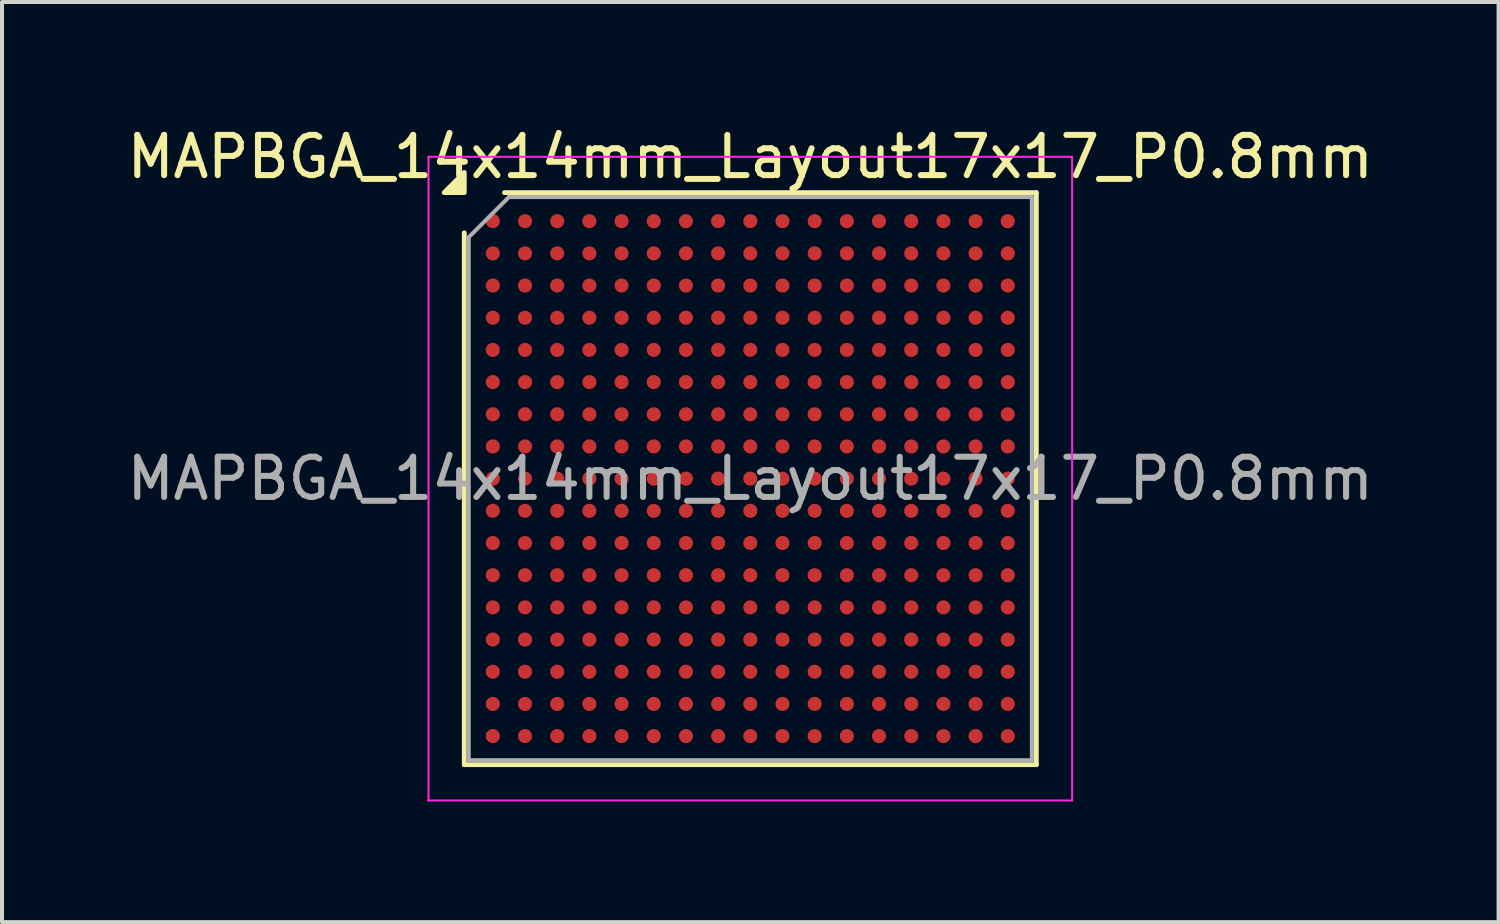
<source format=kicad_pcb>
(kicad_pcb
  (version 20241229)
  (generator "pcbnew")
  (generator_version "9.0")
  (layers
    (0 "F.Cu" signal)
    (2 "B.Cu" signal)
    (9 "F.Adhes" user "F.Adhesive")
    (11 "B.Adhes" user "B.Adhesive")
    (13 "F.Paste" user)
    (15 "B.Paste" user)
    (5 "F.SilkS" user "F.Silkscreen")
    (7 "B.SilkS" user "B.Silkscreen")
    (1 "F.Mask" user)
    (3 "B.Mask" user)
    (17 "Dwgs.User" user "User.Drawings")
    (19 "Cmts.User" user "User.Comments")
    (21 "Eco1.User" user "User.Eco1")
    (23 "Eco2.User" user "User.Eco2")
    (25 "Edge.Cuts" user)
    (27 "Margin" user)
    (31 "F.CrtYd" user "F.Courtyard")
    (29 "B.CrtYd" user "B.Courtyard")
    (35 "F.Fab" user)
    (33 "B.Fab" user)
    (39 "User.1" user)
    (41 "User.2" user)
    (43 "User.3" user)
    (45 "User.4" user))
  (footprint "MAPBGA_14x14mm_Layout17x17_P0.8mm"
    (layer "F.Cu")
    (at 15.601 8.848)
    (property "Reference" "MAPBGA_14x14mm_Layout17x17_P0.8mm" (at 0 -8 0) (layer "F.SilkS") (effects (font (size 1 1) (thickness 0.15))))
    (attr smd)
    (fp_line (start -7.11 7.11) (end -7.11 -6.11) (stroke (width 0.12) (type solid)) (layer "F.SilkS"))
    (fp_line (start -6.11 -7.11) (end 7.11 -7.11) (stroke (width 0.12) (type solid)) (layer "F.SilkS"))
    (fp_line (start 7.11 -7.11) (end 7.11 7.11) (stroke (width 0.12) (type solid)) (layer "F.SilkS"))
    (fp_line (start 7.11 7.11) (end -7.11 7.11) (stroke (width 0.12) (type solid)) (layer "F.SilkS"))
    (fp_poly (pts (xy -7.11 -7.11) (xy -7.61 -7.11) (xy -7.11 -7.61) (xy -7.11 -7.11)) (stroke (width 0.12) (type solid)) (fill yes) (layer "F.SilkS"))
    (fp_line (start -8 -8) (end -8 8) (stroke (width 0.05) (type solid)) (layer "F.CrtYd"))
    (fp_line (start -8 8) (end 8 8) (stroke (width 0.05) (type solid)) (layer "F.CrtYd"))
    (fp_line (start 8 -8) (end -8 -8) (stroke (width 0.05) (type solid)) (layer "F.CrtYd"))
    (fp_line (start 8 8) (end 8 -8) (stroke (width 0.05) (type solid)) (layer "F.CrtYd"))
    (fp_line (start -7 -6) (end -6 -7) (stroke (width 0.1) (type solid)) (layer "F.Fab"))
    (fp_line (start -7 7) (end -7 -6) (stroke (width 0.1) (type solid)) (layer "F.Fab"))
    (fp_line (start -6 -7) (end 7 -7) (stroke (width 0.1) (type solid)) (layer "F.Fab"))
    (fp_line (start 7 -7) (end 7 7) (stroke (width 0.1) (type solid)) (layer "F.Fab"))
    (fp_line (start 7 7) (end -7 7) (stroke (width 0.1) (type solid)) (layer "F.Fab"))
    (fp_text user "${REFERENCE}" (at 0 0 0) (layer "F.Fab") (effects (font (size 1 1) (thickness 0.15))))
    (pad "A1" smd circle (at -6.4 -6.4) (size 0.35 0.35) (property pad_prop_bga) (layers "F.Cu" "F.Mask" "F.Paste"))
    (pad "A2" smd circle (at -5.6 -6.4) (size 0.35 0.35) (property pad_prop_bga) (layers "F.Cu" "F.Mask" "F.Paste"))
    (pad "A3" smd circle (at -4.8 -6.4) (size 0.35 0.35) (property pad_prop_bga) (layers "F.Cu" "F.Mask" "F.Paste"))
    (pad "A4" smd circle (at -4 -6.4) (size 0.35 0.35) (property pad_prop_bga) (layers "F.Cu" "F.Mask" "F.Paste"))
    (pad "A5" smd circle (at -3.2 -6.4) (size 0.35 0.35) (property pad_prop_bga) (layers "F.Cu" "F.Mask" "F.Paste"))
    (pad "A6" smd circle (at -2.4 -6.4) (size 0.35 0.35) (property pad_prop_bga) (layers "F.Cu" "F.Mask" "F.Paste"))
    (pad "A7" smd circle (at -1.6 -6.4) (size 0.35 0.35) (property pad_prop_bga) (layers "F.Cu" "F.Mask" "F.Paste"))
    (pad "A8" smd circle (at -0.8 -6.4) (size 0.35 0.35) (property pad_prop_bga) (layers "F.Cu" "F.Mask" "F.Paste"))
    (pad "A9" smd circle (at 0 -6.4) (size 0.35 0.35) (property pad_prop_bga) (layers "F.Cu" "F.Mask" "F.Paste"))
    (pad "A10" smd circle (at 0.8 -6.4) (size 0.35 0.35) (property pad_prop_bga) (layers "F.Cu" "F.Mask" "F.Paste"))
    (pad "A11" smd circle (at 1.6 -6.4) (size 0.35 0.35) (property pad_prop_bga) (layers "F.Cu" "F.Mask" "F.Paste"))
    (pad "A12" smd circle (at 2.4 -6.4) (size 0.35 0.35) (property pad_prop_bga) (layers "F.Cu" "F.Mask" "F.Paste"))
    (pad "A13" smd circle (at 3.2 -6.4) (size 0.35 0.35) (property pad_prop_bga) (layers "F.Cu" "F.Mask" "F.Paste"))
    (pad "A14" smd circle (at 4 -6.4) (size 0.35 0.35) (property pad_prop_bga) (layers "F.Cu" "F.Mask" "F.Paste"))
    (pad "A15" smd circle (at 4.8 -6.4) (size 0.35 0.35) (property pad_prop_bga) (layers "F.Cu" "F.Mask" "F.Paste"))
    (pad "A16" smd circle (at 5.6 -6.4) (size 0.35 0.35) (property pad_prop_bga) (layers "F.Cu" "F.Mask" "F.Paste"))
    (pad "A17" smd circle (at 6.4 -6.4) (size 0.35 0.35) (property pad_prop_bga) (layers "F.Cu" "F.Mask" "F.Paste"))
    (pad "B1" smd circle (at -6.4 -5.6) (size 0.35 0.35) (property pad_prop_bga) (layers "F.Cu" "F.Mask" "F.Paste"))
    (pad "B2" smd circle (at -5.6 -5.6) (size 0.35 0.35) (property pad_prop_bga) (layers "F.Cu" "F.Mask" "F.Paste"))
    (pad "B3" smd circle (at -4.8 -5.6) (size 0.35 0.35) (property pad_prop_bga) (layers "F.Cu" "F.Mask" "F.Paste"))
    (pad "B4" smd circle (at -4 -5.6) (size 0.35 0.35) (property pad_prop_bga) (layers "F.Cu" "F.Mask" "F.Paste"))
    (pad "B5" smd circle (at -3.2 -5.6) (size 0.35 0.35) (property pad_prop_bga) (layers "F.Cu" "F.Mask" "F.Paste"))
    (pad "B6" smd circle (at -2.4 -5.6) (size 0.35 0.35) (property pad_prop_bga) (layers "F.Cu" "F.Mask" "F.Paste"))
    (pad "B7" smd circle (at -1.6 -5.6) (size 0.35 0.35) (property pad_prop_bga) (layers "F.Cu" "F.Mask" "F.Paste"))
    (pad "B8" smd circle (at -0.8 -5.6) (size 0.35 0.35) (property pad_prop_bga) (layers "F.Cu" "F.Mask" "F.Paste"))
    (pad "B9" smd circle (at 0 -5.6) (size 0.35 0.35) (property pad_prop_bga) (layers "F.Cu" "F.Mask" "F.Paste"))
    (pad "B10" smd circle (at 0.8 -5.6) (size 0.35 0.35) (property pad_prop_bga) (layers "F.Cu" "F.Mask" "F.Paste"))
    (pad "B11" smd circle (at 1.6 -5.6) (size 0.35 0.35) (property pad_prop_bga) (layers "F.Cu" "F.Mask" "F.Paste"))
    (pad "B12" smd circle (at 2.4 -5.6) (size 0.35 0.35) (property pad_prop_bga) (layers "F.Cu" "F.Mask" "F.Paste"))
    (pad "B13" smd circle (at 3.2 -5.6) (size 0.35 0.35) (property pad_prop_bga) (layers "F.Cu" "F.Mask" "F.Paste"))
    (pad "B14" smd circle (at 4 -5.6) (size 0.35 0.35) (property pad_prop_bga) (layers "F.Cu" "F.Mask" "F.Paste"))
    (pad "B15" smd circle (at 4.8 -5.6) (size 0.35 0.35) (property pad_prop_bga) (layers "F.Cu" "F.Mask" "F.Paste"))
    (pad "B16" smd circle (at 5.6 -5.6) (size 0.35 0.35) (property pad_prop_bga) (layers "F.Cu" "F.Mask" "F.Paste"))
    (pad "B17" smd circle (at 6.4 -5.6) (size 0.35 0.35) (property pad_prop_bga) (layers "F.Cu" "F.Mask" "F.Paste"))
    (pad "C1" smd circle (at -6.4 -4.8) (size 0.35 0.35) (property pad_prop_bga) (layers "F.Cu" "F.Mask" "F.Paste"))
    (pad "C2" smd circle (at -5.6 -4.8) (size 0.35 0.35) (property pad_prop_bga) (layers "F.Cu" "F.Mask" "F.Paste"))
    (pad "C3" smd circle (at -4.8 -4.8) (size 0.35 0.35) (property pad_prop_bga) (layers "F.Cu" "F.Mask" "F.Paste"))
    (pad "C4" smd circle (at -4 -4.8) (size 0.35 0.35) (property pad_prop_bga) (layers "F.Cu" "F.Mask" "F.Paste"))
    (pad "C5" smd circle (at -3.2 -4.8) (size 0.35 0.35) (property pad_prop_bga) (layers "F.Cu" "F.Mask" "F.Paste"))
    (pad "C6" smd circle (at -2.4 -4.8) (size 0.35 0.35) (property pad_prop_bga) (layers "F.Cu" "F.Mask" "F.Paste"))
    (pad "C7" smd circle (at -1.6 -4.8) (size 0.35 0.35) (property pad_prop_bga) (layers "F.Cu" "F.Mask" "F.Paste"))
    (pad "C8" smd circle (at -0.8 -4.8) (size 0.35 0.35) (property pad_prop_bga) (layers "F.Cu" "F.Mask" "F.Paste"))
    (pad "C9" smd circle (at 0 -4.8) (size 0.35 0.35) (property pad_prop_bga) (layers "F.Cu" "F.Mask" "F.Paste"))
    (pad "C10" smd circle (at 0.8 -4.8) (size 0.35 0.35) (property pad_prop_bga) (layers "F.Cu" "F.Mask" "F.Paste"))
    (pad "C11" smd circle (at 1.6 -4.8) (size 0.35 0.35) (property pad_prop_bga) (layers "F.Cu" "F.Mask" "F.Paste"))
    (pad "C12" smd circle (at 2.4 -4.8) (size 0.35 0.35) (property pad_prop_bga) (layers "F.Cu" "F.Mask" "F.Paste"))
    (pad "C13" smd circle (at 3.2 -4.8) (size 0.35 0.35) (property pad_prop_bga) (layers "F.Cu" "F.Mask" "F.Paste"))
    (pad "C14" smd circle (at 4 -4.8) (size 0.35 0.35) (property pad_prop_bga) (layers "F.Cu" "F.Mask" "F.Paste"))
    (pad "C15" smd circle (at 4.8 -4.8) (size 0.35 0.35) (property pad_prop_bga) (layers "F.Cu" "F.Mask" "F.Paste"))
    (pad "C16" smd circle (at 5.6 -4.8) (size 0.35 0.35) (property pad_prop_bga) (layers "F.Cu" "F.Mask" "F.Paste"))
    (pad "C17" smd circle (at 6.4 -4.8) (size 0.35 0.35) (property pad_prop_bga) (layers "F.Cu" "F.Mask" "F.Paste"))
    (pad "D1" smd circle (at -6.4 -4) (size 0.35 0.35) (property pad_prop_bga) (layers "F.Cu" "F.Mask" "F.Paste"))
    (pad "D2" smd circle (at -5.6 -4) (size 0.35 0.35) (property pad_prop_bga) (layers "F.Cu" "F.Mask" "F.Paste"))
    (pad "D3" smd circle (at -4.8 -4) (size 0.35 0.35) (property pad_prop_bga) (layers "F.Cu" "F.Mask" "F.Paste"))
    (pad "D4" smd circle (at -4 -4) (size 0.35 0.35) (property pad_prop_bga) (layers "F.Cu" "F.Mask" "F.Paste"))
    (pad "D5" smd circle (at -3.2 -4) (size 0.35 0.35) (property pad_prop_bga) (layers "F.Cu" "F.Mask" "F.Paste"))
    (pad "D6" smd circle (at -2.4 -4) (size 0.35 0.35) (property pad_prop_bga) (layers "F.Cu" "F.Mask" "F.Paste"))
    (pad "D7" smd circle (at -1.6 -4) (size 0.35 0.35) (property pad_prop_bga) (layers "F.Cu" "F.Mask" "F.Paste"))
    (pad "D8" smd circle (at -0.8 -4) (size 0.35 0.35) (property pad_prop_bga) (layers "F.Cu" "F.Mask" "F.Paste"))
    (pad "D9" smd circle (at 0 -4) (size 0.35 0.35) (property pad_prop_bga) (layers "F.Cu" "F.Mask" "F.Paste"))
    (pad "D10" smd circle (at 0.8 -4) (size 0.35 0.35) (property pad_prop_bga) (layers "F.Cu" "F.Mask" "F.Paste"))
    (pad "D11" smd circle (at 1.6 -4) (size 0.35 0.35) (property pad_prop_bga) (layers "F.Cu" "F.Mask" "F.Paste"))
    (pad "D12" smd circle (at 2.4 -4) (size 0.35 0.35) (property pad_prop_bga) (layers "F.Cu" "F.Mask" "F.Paste"))
    (pad "D13" smd circle (at 3.2 -4) (size 0.35 0.35) (property pad_prop_bga) (layers "F.Cu" "F.Mask" "F.Paste"))
    (pad "D14" smd circle (at 4 -4) (size 0.35 0.35) (property pad_prop_bga) (layers "F.Cu" "F.Mask" "F.Paste"))
    (pad "D15" smd circle (at 4.8 -4) (size 0.35 0.35) (property pad_prop_bga) (layers "F.Cu" "F.Mask" "F.Paste"))
    (pad "D16" smd circle (at 5.6 -4) (size 0.35 0.35) (property pad_prop_bga) (layers "F.Cu" "F.Mask" "F.Paste"))
    (pad "D17" smd circle (at 6.4 -4) (size 0.35 0.35) (property pad_prop_bga) (layers "F.Cu" "F.Mask" "F.Paste"))
    (pad "E1" smd circle (at -6.4 -3.2) (size 0.35 0.35) (property pad_prop_bga) (layers "F.Cu" "F.Mask" "F.Paste"))
    (pad "E2" smd circle (at -5.6 -3.2) (size 0.35 0.35) (property pad_prop_bga) (layers "F.Cu" "F.Mask" "F.Paste"))
    (pad "E3" smd circle (at -4.8 -3.2) (size 0.35 0.35) (property pad_prop_bga) (layers "F.Cu" "F.Mask" "F.Paste"))
    (pad "E4" smd circle (at -4 -3.2) (size 0.35 0.35) (property pad_prop_bga) (layers "F.Cu" "F.Mask" "F.Paste"))
    (pad "E5" smd circle (at -3.2 -3.2) (size 0.35 0.35) (property pad_prop_bga) (layers "F.Cu" "F.Mask" "F.Paste"))
    (pad "E6" smd circle (at -2.4 -3.2) (size 0.35 0.35) (property pad_prop_bga) (layers "F.Cu" "F.Mask" "F.Paste"))
    (pad "E7" smd circle (at -1.6 -3.2) (size 0.35 0.35) (property pad_prop_bga) (layers "F.Cu" "F.Mask" "F.Paste"))
    (pad "E8" smd circle (at -0.8 -3.2) (size 0.35 0.35) (property pad_prop_bga) (layers "F.Cu" "F.Mask" "F.Paste"))
    (pad "E9" smd circle (at 0 -3.2) (size 0.35 0.35) (property pad_prop_bga) (layers "F.Cu" "F.Mask" "F.Paste"))
    (pad "E10" smd circle (at 0.8 -3.2) (size 0.35 0.35) (property pad_prop_bga) (layers "F.Cu" "F.Mask" "F.Paste"))
    (pad "E11" smd circle (at 1.6 -3.2) (size 0.35 0.35) (property pad_prop_bga) (layers "F.Cu" "F.Mask" "F.Paste"))
    (pad "E12" smd circle (at 2.4 -3.2) (size 0.35 0.35) (property pad_prop_bga) (layers "F.Cu" "F.Mask" "F.Paste"))
    (pad "E13" smd circle (at 3.2 -3.2) (size 0.35 0.35) (property pad_prop_bga) (layers "F.Cu" "F.Mask" "F.Paste"))
    (pad "E14" smd circle (at 4 -3.2) (size 0.35 0.35) (property pad_prop_bga) (layers "F.Cu" "F.Mask" "F.Paste"))
    (pad "E15" smd circle (at 4.8 -3.2) (size 0.35 0.35) (property pad_prop_bga) (layers "F.Cu" "F.Mask" "F.Paste"))
    (pad "E16" smd circle (at 5.6 -3.2) (size 0.35 0.35) (property pad_prop_bga) (layers "F.Cu" "F.Mask" "F.Paste"))
    (pad "E17" smd circle (at 6.4 -3.2) (size 0.35 0.35) (property pad_prop_bga) (layers "F.Cu" "F.Mask" "F.Paste"))
    (pad "F1" smd circle (at -6.4 -2.4) (size 0.35 0.35) (property pad_prop_bga) (layers "F.Cu" "F.Mask" "F.Paste"))
    (pad "F2" smd circle (at -5.6 -2.4) (size 0.35 0.35) (property pad_prop_bga) (layers "F.Cu" "F.Mask" "F.Paste"))
    (pad "F3" smd circle (at -4.8 -2.4) (size 0.35 0.35) (property pad_prop_bga) (layers "F.Cu" "F.Mask" "F.Paste"))
    (pad "F4" smd circle (at -4 -2.4) (size 0.35 0.35) (property pad_prop_bga) (layers "F.Cu" "F.Mask" "F.Paste"))
    (pad "F5" smd circle (at -3.2 -2.4) (size 0.35 0.35) (property pad_prop_bga) (layers "F.Cu" "F.Mask" "F.Paste"))
    (pad "F6" smd circle (at -2.4 -2.4) (size 0.35 0.35) (property pad_prop_bga) (layers "F.Cu" "F.Mask" "F.Paste"))
    (pad "F7" smd circle (at -1.6 -2.4) (size 0.35 0.35) (property pad_prop_bga) (layers "F.Cu" "F.Mask" "F.Paste"))
    (pad "F8" smd circle (at -0.8 -2.4) (size 0.35 0.35) (property pad_prop_bga) (layers "F.Cu" "F.Mask" "F.Paste"))
    (pad "F9" smd circle (at 0 -2.4) (size 0.35 0.35) (property pad_prop_bga) (layers "F.Cu" "F.Mask" "F.Paste"))
    (pad "F10" smd circle (at 0.8 -2.4) (size 0.35 0.35) (property pad_prop_bga) (layers "F.Cu" "F.Mask" "F.Paste"))
    (pad "F11" smd circle (at 1.6 -2.4) (size 0.35 0.35) (property pad_prop_bga) (layers "F.Cu" "F.Mask" "F.Paste"))
    (pad "F12" smd circle (at 2.4 -2.4) (size 0.35 0.35) (property pad_prop_bga) (layers "F.Cu" "F.Mask" "F.Paste"))
    (pad "F13" smd circle (at 3.2 -2.4) (size 0.35 0.35) (property pad_prop_bga) (layers "F.Cu" "F.Mask" "F.Paste"))
    (pad "F14" smd circle (at 4 -2.4) (size 0.35 0.35) (property pad_prop_bga) (layers "F.Cu" "F.Mask" "F.Paste"))
    (pad "F15" smd circle (at 4.8 -2.4) (size 0.35 0.35) (property pad_prop_bga) (layers "F.Cu" "F.Mask" "F.Paste"))
    (pad "F16" smd circle (at 5.6 -2.4) (size 0.35 0.35) (property pad_prop_bga) (layers "F.Cu" "F.Mask" "F.Paste"))
    (pad "F17" smd circle (at 6.4 -2.4) (size 0.35 0.35) (property pad_prop_bga) (layers "F.Cu" "F.Mask" "F.Paste"))
    (pad "G1" smd circle (at -6.4 -1.6) (size 0.35 0.35) (property pad_prop_bga) (layers "F.Cu" "F.Mask" "F.Paste"))
    (pad "G2" smd circle (at -5.6 -1.6) (size 0.35 0.35) (property pad_prop_bga) (layers "F.Cu" "F.Mask" "F.Paste"))
    (pad "G3" smd circle (at -4.8 -1.6) (size 0.35 0.35) (property pad_prop_bga) (layers "F.Cu" "F.Mask" "F.Paste"))
    (pad "G4" smd circle (at -4 -1.6) (size 0.35 0.35) (property pad_prop_bga) (layers "F.Cu" "F.Mask" "F.Paste"))
    (pad "G5" smd circle (at -3.2 -1.6) (size 0.35 0.35) (property pad_prop_bga) (layers "F.Cu" "F.Mask" "F.Paste"))
    (pad "G6" smd circle (at -2.4 -1.6) (size 0.35 0.35) (property pad_prop_bga) (layers "F.Cu" "F.Mask" "F.Paste"))
    (pad "G7" smd circle (at -1.6 -1.6) (size 0.35 0.35) (property pad_prop_bga) (layers "F.Cu" "F.Mask" "F.Paste"))
    (pad "G8" smd circle (at -0.8 -1.6) (size 0.35 0.35) (property pad_prop_bga) (layers "F.Cu" "F.Mask" "F.Paste"))
    (pad "G9" smd circle (at 0 -1.6) (size 0.35 0.35) (property pad_prop_bga) (layers "F.Cu" "F.Mask" "F.Paste"))
    (pad "G10" smd circle (at 0.8 -1.6) (size 0.35 0.35) (property pad_prop_bga) (layers "F.Cu" "F.Mask" "F.Paste"))
    (pad "G11" smd circle (at 1.6 -1.6) (size 0.35 0.35) (property pad_prop_bga) (layers "F.Cu" "F.Mask" "F.Paste"))
    (pad "G12" smd circle (at 2.4 -1.6) (size 0.35 0.35) (property pad_prop_bga) (layers "F.Cu" "F.Mask" "F.Paste"))
    (pad "G13" smd circle (at 3.2 -1.6) (size 0.35 0.35) (property pad_prop_bga) (layers "F.Cu" "F.Mask" "F.Paste"))
    (pad "G14" smd circle (at 4 -1.6) (size 0.35 0.35) (property pad_prop_bga) (layers "F.Cu" "F.Mask" "F.Paste"))
    (pad "G15" smd circle (at 4.8 -1.6) (size 0.35 0.35) (property pad_prop_bga) (layers "F.Cu" "F.Mask" "F.Paste"))
    (pad "G16" smd circle (at 5.6 -1.6) (size 0.35 0.35) (property pad_prop_bga) (layers "F.Cu" "F.Mask" "F.Paste"))
    (pad "G17" smd circle (at 6.4 -1.6) (size 0.35 0.35) (property pad_prop_bga) (layers "F.Cu" "F.Mask" "F.Paste"))
    (pad "H1" smd circle (at -6.4 -0.8) (size 0.35 0.35) (property pad_prop_bga) (layers "F.Cu" "F.Mask" "F.Paste"))
    (pad "H2" smd circle (at -5.6 -0.8) (size 0.35 0.35) (property pad_prop_bga) (layers "F.Cu" "F.Mask" "F.Paste"))
    (pad "H3" smd circle (at -4.8 -0.8) (size 0.35 0.35) (property pad_prop_bga) (layers "F.Cu" "F.Mask" "F.Paste"))
    (pad "H4" smd circle (at -4 -0.8) (size 0.35 0.35) (property pad_prop_bga) (layers "F.Cu" "F.Mask" "F.Paste"))
    (pad "H5" smd circle (at -3.2 -0.8) (size 0.35 0.35) (property pad_prop_bga) (layers "F.Cu" "F.Mask" "F.Paste"))
    (pad "H6" smd circle (at -2.4 -0.8) (size 0.35 0.35) (property pad_prop_bga) (layers "F.Cu" "F.Mask" "F.Paste"))
    (pad "H7" smd circle (at -1.6 -0.8) (size 0.35 0.35) (property pad_prop_bga) (layers "F.Cu" "F.Mask" "F.Paste"))
    (pad "H8" smd circle (at -0.8 -0.8) (size 0.35 0.35) (property pad_prop_bga) (layers "F.Cu" "F.Mask" "F.Paste"))
    (pad "H9" smd circle (at 0 -0.8) (size 0.35 0.35) (property pad_prop_bga) (layers "F.Cu" "F.Mask" "F.Paste"))
    (pad "H10" smd circle (at 0.8 -0.8) (size 0.35 0.35) (property pad_prop_bga) (layers "F.Cu" "F.Mask" "F.Paste"))
    (pad "H11" smd circle (at 1.6 -0.8) (size 0.35 0.35) (property pad_prop_bga) (layers "F.Cu" "F.Mask" "F.Paste"))
    (pad "H12" smd circle (at 2.4 -0.8) (size 0.35 0.35) (property pad_prop_bga) (layers "F.Cu" "F.Mask" "F.Paste"))
    (pad "H13" smd circle (at 3.2 -0.8) (size 0.35 0.35) (property pad_prop_bga) (layers "F.Cu" "F.Mask" "F.Paste"))
    (pad "H14" smd circle (at 4 -0.8) (size 0.35 0.35) (property pad_prop_bga) (layers "F.Cu" "F.Mask" "F.Paste"))
    (pad "H15" smd circle (at 4.8 -0.8) (size 0.35 0.35) (property pad_prop_bga) (layers "F.Cu" "F.Mask" "F.Paste"))
    (pad "H16" smd circle (at 5.6 -0.8) (size 0.35 0.35) (property pad_prop_bga) (layers "F.Cu" "F.Mask" "F.Paste"))
    (pad "H17" smd circle (at 6.4 -0.8) (size 0.35 0.35) (property pad_prop_bga) (layers "F.Cu" "F.Mask" "F.Paste"))
    (pad "J1" smd circle (at -6.4 0) (size 0.35 0.35) (property pad_prop_bga) (layers "F.Cu" "F.Mask" "F.Paste"))
    (pad "J2" smd circle (at -5.6 0) (size 0.35 0.35) (property pad_prop_bga) (layers "F.Cu" "F.Mask" "F.Paste"))
    (pad "J3" smd circle (at -4.8 0) (size 0.35 0.35) (property pad_prop_bga) (layers "F.Cu" "F.Mask" "F.Paste"))
    (pad "J4" smd circle (at -4 0) (size 0.35 0.35) (property pad_prop_bga) (layers "F.Cu" "F.Mask" "F.Paste"))
    (pad "J5" smd circle (at -3.2 0) (size 0.35 0.35) (property pad_prop_bga) (layers "F.Cu" "F.Mask" "F.Paste"))
    (pad "J6" smd circle (at -2.4 0) (size 0.35 0.35) (property pad_prop_bga) (layers "F.Cu" "F.Mask" "F.Paste"))
    (pad "J7" smd circle (at -1.6 0) (size 0.35 0.35) (property pad_prop_bga) (layers "F.Cu" "F.Mask" "F.Paste"))
    (pad "J8" smd circle (at -0.8 0) (size 0.35 0.35) (property pad_prop_bga) (layers "F.Cu" "F.Mask" "F.Paste"))
    (pad "J9" smd circle (at 0 0) (size 0.35 0.35) (property pad_prop_bga) (layers "F.Cu" "F.Mask" "F.Paste"))
    (pad "J10" smd circle (at 0.8 0) (size 0.35 0.35) (property pad_prop_bga) (layers "F.Cu" "F.Mask" "F.Paste"))
    (pad "J11" smd circle (at 1.6 0) (size 0.35 0.35) (property pad_prop_bga) (layers "F.Cu" "F.Mask" "F.Paste"))
    (pad "J12" smd circle (at 2.4 0) (size 0.35 0.35) (property pad_prop_bga) (layers "F.Cu" "F.Mask" "F.Paste"))
    (pad "J13" smd circle (at 3.2 0) (size 0.35 0.35) (property pad_prop_bga) (layers "F.Cu" "F.Mask" "F.Paste"))
    (pad "J14" smd circle (at 4 0) (size 0.35 0.35) (property pad_prop_bga) (layers "F.Cu" "F.Mask" "F.Paste"))
    (pad "J15" smd circle (at 4.8 0) (size 0.35 0.35) (property pad_prop_bga) (layers "F.Cu" "F.Mask" "F.Paste"))
    (pad "J16" smd circle (at 5.6 0) (size 0.35 0.35) (property pad_prop_bga) (layers "F.Cu" "F.Mask" "F.Paste"))
    (pad "J17" smd circle (at 6.4 0) (size 0.35 0.35) (property pad_prop_bga) (layers "F.Cu" "F.Mask" "F.Paste"))
    (pad "K1" smd circle (at -6.4 0.8) (size 0.35 0.35) (property pad_prop_bga) (layers "F.Cu" "F.Mask" "F.Paste"))
    (pad "K2" smd circle (at -5.6 0.8) (size 0.35 0.35) (property pad_prop_bga) (layers "F.Cu" "F.Mask" "F.Paste"))
    (pad "K3" smd circle (at -4.8 0.8) (size 0.35 0.35) (property pad_prop_bga) (layers "F.Cu" "F.Mask" "F.Paste"))
    (pad "K4" smd circle (at -4 0.8) (size 0.35 0.35) (property pad_prop_bga) (layers "F.Cu" "F.Mask" "F.Paste"))
    (pad "K5" smd circle (at -3.2 0.8) (size 0.35 0.35) (property pad_prop_bga) (layers "F.Cu" "F.Mask" "F.Paste"))
    (pad "K6" smd circle (at -2.4 0.8) (size 0.35 0.35) (property pad_prop_bga) (layers "F.Cu" "F.Mask" "F.Paste"))
    (pad "K7" smd circle (at -1.6 0.8) (size 0.35 0.35) (property pad_prop_bga) (layers "F.Cu" "F.Mask" "F.Paste"))
    (pad "K8" smd circle (at -0.8 0.8) (size 0.35 0.35) (property pad_prop_bga) (layers "F.Cu" "F.Mask" "F.Paste"))
    (pad "K9" smd circle (at 0 0.8) (size 0.35 0.35) (property pad_prop_bga) (layers "F.Cu" "F.Mask" "F.Paste"))
    (pad "K10" smd circle (at 0.8 0.8) (size 0.35 0.35) (property pad_prop_bga) (layers "F.Cu" "F.Mask" "F.Paste"))
    (pad "K11" smd circle (at 1.6 0.8) (size 0.35 0.35) (property pad_prop_bga) (layers "F.Cu" "F.Mask" "F.Paste"))
    (pad "K12" smd circle (at 2.4 0.8) (size 0.35 0.35) (property pad_prop_bga) (layers "F.Cu" "F.Mask" "F.Paste"))
    (pad "K13" smd circle (at 3.2 0.8) (size 0.35 0.35) (property pad_prop_bga) (layers "F.Cu" "F.Mask" "F.Paste"))
    (pad "K14" smd circle (at 4 0.8) (size 0.35 0.35) (property pad_prop_bga) (layers "F.Cu" "F.Mask" "F.Paste"))
    (pad "K15" smd circle (at 4.8 0.8) (size 0.35 0.35) (property pad_prop_bga) (layers "F.Cu" "F.Mask" "F.Paste"))
    (pad "K16" smd circle (at 5.6 0.8) (size 0.35 0.35) (property pad_prop_bga) (layers "F.Cu" "F.Mask" "F.Paste"))
    (pad "K17" smd circle (at 6.4 0.8) (size 0.35 0.35) (property pad_prop_bga) (layers "F.Cu" "F.Mask" "F.Paste"))
    (pad "L1" smd circle (at -6.4 1.6) (size 0.35 0.35) (property pad_prop_bga) (layers "F.Cu" "F.Mask" "F.Paste"))
    (pad "L2" smd circle (at -5.6 1.6) (size 0.35 0.35) (property pad_prop_bga) (layers "F.Cu" "F.Mask" "F.Paste"))
    (pad "L3" smd circle (at -4.8 1.6) (size 0.35 0.35) (property pad_prop_bga) (layers "F.Cu" "F.Mask" "F.Paste"))
    (pad "L4" smd circle (at -4 1.6) (size 0.35 0.35) (property pad_prop_bga) (layers "F.Cu" "F.Mask" "F.Paste"))
    (pad "L5" smd circle (at -3.2 1.6) (size 0.35 0.35) (property pad_prop_bga) (layers "F.Cu" "F.Mask" "F.Paste"))
    (pad "L6" smd circle (at -2.4 1.6) (size 0.35 0.35) (property pad_prop_bga) (layers "F.Cu" "F.Mask" "F.Paste"))
    (pad "L7" smd circle (at -1.6 1.6) (size 0.35 0.35) (property pad_prop_bga) (layers "F.Cu" "F.Mask" "F.Paste"))
    (pad "L8" smd circle (at -0.8 1.6) (size 0.35 0.35) (property pad_prop_bga) (layers "F.Cu" "F.Mask" "F.Paste"))
    (pad "L9" smd circle (at 0 1.6) (size 0.35 0.35) (property pad_prop_bga) (layers "F.Cu" "F.Mask" "F.Paste"))
    (pad "L10" smd circle (at 0.8 1.6) (size 0.35 0.35) (property pad_prop_bga) (layers "F.Cu" "F.Mask" "F.Paste"))
    (pad "L11" smd circle (at 1.6 1.6) (size 0.35 0.35) (property pad_prop_bga) (layers "F.Cu" "F.Mask" "F.Paste"))
    (pad "L12" smd circle (at 2.4 1.6) (size 0.35 0.35) (property pad_prop_bga) (layers "F.Cu" "F.Mask" "F.Paste"))
    (pad "L13" smd circle (at 3.2 1.6) (size 0.35 0.35) (property pad_prop_bga) (layers "F.Cu" "F.Mask" "F.Paste"))
    (pad "L14" smd circle (at 4 1.6) (size 0.35 0.35) (property pad_prop_bga) (layers "F.Cu" "F.Mask" "F.Paste"))
    (pad "L15" smd circle (at 4.8 1.6) (size 0.35 0.35) (property pad_prop_bga) (layers "F.Cu" "F.Mask" "F.Paste"))
    (pad "L16" smd circle (at 5.6 1.6) (size 0.35 0.35) (property pad_prop_bga) (layers "F.Cu" "F.Mask" "F.Paste"))
    (pad "L17" smd circle (at 6.4 1.6) (size 0.35 0.35) (property pad_prop_bga) (layers "F.Cu" "F.Mask" "F.Paste"))
    (pad "M1" smd circle (at -6.4 2.4) (size 0.35 0.35) (property pad_prop_bga) (layers "F.Cu" "F.Mask" "F.Paste"))
    (pad "M2" smd circle (at -5.6 2.4) (size 0.35 0.35) (property pad_prop_bga) (layers "F.Cu" "F.Mask" "F.Paste"))
    (pad "M3" smd circle (at -4.8 2.4) (size 0.35 0.35) (property pad_prop_bga) (layers "F.Cu" "F.Mask" "F.Paste"))
    (pad "M4" smd circle (at -4 2.4) (size 0.35 0.35) (property pad_prop_bga) (layers "F.Cu" "F.Mask" "F.Paste"))
    (pad "M5" smd circle (at -3.2 2.4) (size 0.35 0.35) (property pad_prop_bga) (layers "F.Cu" "F.Mask" "F.Paste"))
    (pad "M6" smd circle (at -2.4 2.4) (size 0.35 0.35) (property pad_prop_bga) (layers "F.Cu" "F.Mask" "F.Paste"))
    (pad "M7" smd circle (at -1.6 2.4) (size 0.35 0.35) (property pad_prop_bga) (layers "F.Cu" "F.Mask" "F.Paste"))
    (pad "M8" smd circle (at -0.8 2.4) (size 0.35 0.35) (property pad_prop_bga) (layers "F.Cu" "F.Mask" "F.Paste"))
    (pad "M9" smd circle (at 0 2.4) (size 0.35 0.35) (property pad_prop_bga) (layers "F.Cu" "F.Mask" "F.Paste"))
    (pad "M10" smd circle (at 0.8 2.4) (size 0.35 0.35) (property pad_prop_bga) (layers "F.Cu" "F.Mask" "F.Paste"))
    (pad "M11" smd circle (at 1.6 2.4) (size 0.35 0.35) (property pad_prop_bga) (layers "F.Cu" "F.Mask" "F.Paste"))
    (pad "M12" smd circle (at 2.4 2.4) (size 0.35 0.35) (property pad_prop_bga) (layers "F.Cu" "F.Mask" "F.Paste"))
    (pad "M13" smd circle (at 3.2 2.4) (size 0.35 0.35) (property pad_prop_bga) (layers "F.Cu" "F.Mask" "F.Paste"))
    (pad "M14" smd circle (at 4 2.4) (size 0.35 0.35) (property pad_prop_bga) (layers "F.Cu" "F.Mask" "F.Paste"))
    (pad "M15" smd circle (at 4.8 2.4) (size 0.35 0.35) (property pad_prop_bga) (layers "F.Cu" "F.Mask" "F.Paste"))
    (pad "M16" smd circle (at 5.6 2.4) (size 0.35 0.35) (property pad_prop_bga) (layers "F.Cu" "F.Mask" "F.Paste"))
    (pad "M17" smd circle (at 6.4 2.4) (size 0.35 0.35) (property pad_prop_bga) (layers "F.Cu" "F.Mask" "F.Paste"))
    (pad "N1" smd circle (at -6.4 3.2) (size 0.35 0.35) (property pad_prop_bga) (layers "F.Cu" "F.Mask" "F.Paste"))
    (pad "N2" smd circle (at -5.6 3.2) (size 0.35 0.35) (property pad_prop_bga) (layers "F.Cu" "F.Mask" "F.Paste"))
    (pad "N3" smd circle (at -4.8 3.2) (size 0.35 0.35) (property pad_prop_bga) (layers "F.Cu" "F.Mask" "F.Paste"))
    (pad "N4" smd circle (at -4 3.2) (size 0.35 0.35) (property pad_prop_bga) (layers "F.Cu" "F.Mask" "F.Paste"))
    (pad "N5" smd circle (at -3.2 3.2) (size 0.35 0.35) (property pad_prop_bga) (layers "F.Cu" "F.Mask" "F.Paste"))
    (pad "N6" smd circle (at -2.4 3.2) (size 0.35 0.35) (property pad_prop_bga) (layers "F.Cu" "F.Mask" "F.Paste"))
    (pad "N7" smd circle (at -1.6 3.2) (size 0.35 0.35) (property pad_prop_bga) (layers "F.Cu" "F.Mask" "F.Paste"))
    (pad "N8" smd circle (at -0.8 3.2) (size 0.35 0.35) (property pad_prop_bga) (layers "F.Cu" "F.Mask" "F.Paste"))
    (pad "N9" smd circle (at 0 3.2) (size 0.35 0.35) (property pad_prop_bga) (layers "F.Cu" "F.Mask" "F.Paste"))
    (pad "N10" smd circle (at 0.8 3.2) (size 0.35 0.35) (property pad_prop_bga) (layers "F.Cu" "F.Mask" "F.Paste"))
    (pad "N11" smd circle (at 1.6 3.2) (size 0.35 0.35) (property pad_prop_bga) (layers "F.Cu" "F.Mask" "F.Paste"))
    (pad "N12" smd circle (at 2.4 3.2) (size 0.35 0.35) (property pad_prop_bga) (layers "F.Cu" "F.Mask" "F.Paste"))
    (pad "N13" smd circle (at 3.2 3.2) (size 0.35 0.35) (property pad_prop_bga) (layers "F.Cu" "F.Mask" "F.Paste"))
    (pad "N14" smd circle (at 4 3.2) (size 0.35 0.35) (property pad_prop_bga) (layers "F.Cu" "F.Mask" "F.Paste"))
    (pad "N15" smd circle (at 4.8 3.2) (size 0.35 0.35) (property pad_prop_bga) (layers "F.Cu" "F.Mask" "F.Paste"))
    (pad "N16" smd circle (at 5.6 3.2) (size 0.35 0.35) (property pad_prop_bga) (layers "F.Cu" "F.Mask" "F.Paste"))
    (pad "N17" smd circle (at 6.4 3.2) (size 0.35 0.35) (property pad_prop_bga) (layers "F.Cu" "F.Mask" "F.Paste"))
    (pad "P1" smd circle (at -6.4 4) (size 0.35 0.35) (property pad_prop_bga) (layers "F.Cu" "F.Mask" "F.Paste"))
    (pad "P2" smd circle (at -5.6 4) (size 0.35 0.35) (property pad_prop_bga) (layers "F.Cu" "F.Mask" "F.Paste"))
    (pad "P3" smd circle (at -4.8 4) (size 0.35 0.35) (property pad_prop_bga) (layers "F.Cu" "F.Mask" "F.Paste"))
    (pad "P4" smd circle (at -4 4) (size 0.35 0.35) (property pad_prop_bga) (layers "F.Cu" "F.Mask" "F.Paste"))
    (pad "P5" smd circle (at -3.2 4) (size 0.35 0.35) (property pad_prop_bga) (layers "F.Cu" "F.Mask" "F.Paste"))
    (pad "P6" smd circle (at -2.4 4) (size 0.35 0.35) (property pad_prop_bga) (layers "F.Cu" "F.Mask" "F.Paste"))
    (pad "P7" smd circle (at -1.6 4) (size 0.35 0.35) (property pad_prop_bga) (layers "F.Cu" "F.Mask" "F.Paste"))
    (pad "P8" smd circle (at -0.8 4) (size 0.35 0.35) (property pad_prop_bga) (layers "F.Cu" "F.Mask" "F.Paste"))
    (pad "P9" smd circle (at 0 4) (size 0.35 0.35) (property pad_prop_bga) (layers "F.Cu" "F.Mask" "F.Paste"))
    (pad "P10" smd circle (at 0.8 4) (size 0.35 0.35) (property pad_prop_bga) (layers "F.Cu" "F.Mask" "F.Paste"))
    (pad "P11" smd circle (at 1.6 4) (size 0.35 0.35) (property pad_prop_bga) (layers "F.Cu" "F.Mask" "F.Paste"))
    (pad "P12" smd circle (at 2.4 4) (size 0.35 0.35) (property pad_prop_bga) (layers "F.Cu" "F.Mask" "F.Paste"))
    (pad "P13" smd circle (at 3.2 4) (size 0.35 0.35) (property pad_prop_bga) (layers "F.Cu" "F.Mask" "F.Paste"))
    (pad "P14" smd circle (at 4 4) (size 0.35 0.35) (property pad_prop_bga) (layers "F.Cu" "F.Mask" "F.Paste"))
    (pad "P15" smd circle (at 4.8 4) (size 0.35 0.35) (property pad_prop_bga) (layers "F.Cu" "F.Mask" "F.Paste"))
    (pad "P16" smd circle (at 5.6 4) (size 0.35 0.35) (property pad_prop_bga) (layers "F.Cu" "F.Mask" "F.Paste"))
    (pad "P17" smd circle (at 6.4 4) (size 0.35 0.35) (property pad_prop_bga) (layers "F.Cu" "F.Mask" "F.Paste"))
    (pad "R1" smd circle (at -6.4 4.8) (size 0.35 0.35) (property pad_prop_bga) (layers "F.Cu" "F.Mask" "F.Paste"))
    (pad "R2" smd circle (at -5.6 4.8) (size 0.35 0.35) (property pad_prop_bga) (layers "F.Cu" "F.Mask" "F.Paste"))
    (pad "R3" smd circle (at -4.8 4.8) (size 0.35 0.35) (property pad_prop_bga) (layers "F.Cu" "F.Mask" "F.Paste"))
    (pad "R4" smd circle (at -4 4.8) (size 0.35 0.35) (property pad_prop_bga) (layers "F.Cu" "F.Mask" "F.Paste"))
    (pad "R5" smd circle (at -3.2 4.8) (size 0.35 0.35) (property pad_prop_bga) (layers "F.Cu" "F.Mask" "F.Paste"))
    (pad "R6" smd circle (at -2.4 4.8) (size 0.35 0.35) (property pad_prop_bga) (layers "F.Cu" "F.Mask" "F.Paste"))
    (pad "R7" smd circle (at -1.6 4.8) (size 0.35 0.35) (property pad_prop_bga) (layers "F.Cu" "F.Mask" "F.Paste"))
    (pad "R8" smd circle (at -0.8 4.8) (size 0.35 0.35) (property pad_prop_bga) (layers "F.Cu" "F.Mask" "F.Paste"))
    (pad "R9" smd circle (at 0 4.8) (size 0.35 0.35) (property pad_prop_bga) (layers "F.Cu" "F.Mask" "F.Paste"))
    (pad "R10" smd circle (at 0.8 4.8) (size 0.35 0.35) (property pad_prop_bga) (layers "F.Cu" "F.Mask" "F.Paste"))
    (pad "R11" smd circle (at 1.6 4.8) (size 0.35 0.35) (property pad_prop_bga) (layers "F.Cu" "F.Mask" "F.Paste"))
    (pad "R12" smd circle (at 2.4 4.8) (size 0.35 0.35) (property pad_prop_bga) (layers "F.Cu" "F.Mask" "F.Paste"))
    (pad "R13" smd circle (at 3.2 4.8) (size 0.35 0.35) (property pad_prop_bga) (layers "F.Cu" "F.Mask" "F.Paste"))
    (pad "R14" smd circle (at 4 4.8) (size 0.35 0.35) (property pad_prop_bga) (layers "F.Cu" "F.Mask" "F.Paste"))
    (pad "R15" smd circle (at 4.8 4.8) (size 0.35 0.35) (property pad_prop_bga) (layers "F.Cu" "F.Mask" "F.Paste"))
    (pad "R16" smd circle (at 5.6 4.8) (size 0.35 0.35) (property pad_prop_bga) (layers "F.Cu" "F.Mask" "F.Paste"))
    (pad "R17" smd circle (at 6.4 4.8) (size 0.35 0.35) (property pad_prop_bga) (layers "F.Cu" "F.Mask" "F.Paste"))
    (pad "T1" smd circle (at -6.4 5.6) (size 0.35 0.35) (property pad_prop_bga) (layers "F.Cu" "F.Mask" "F.Paste"))
    (pad "T2" smd circle (at -5.6 5.6) (size 0.35 0.35) (property pad_prop_bga) (layers "F.Cu" "F.Mask" "F.Paste"))
    (pad "T3" smd circle (at -4.8 5.6) (size 0.35 0.35) (property pad_prop_bga) (layers "F.Cu" "F.Mask" "F.Paste"))
    (pad "T4" smd circle (at -4 5.6) (size 0.35 0.35) (property pad_prop_bga) (layers "F.Cu" "F.Mask" "F.Paste"))
    (pad "T5" smd circle (at -3.2 5.6) (size 0.35 0.35) (property pad_prop_bga) (layers "F.Cu" "F.Mask" "F.Paste"))
    (pad "T6" smd circle (at -2.4 5.6) (size 0.35 0.35) (property pad_prop_bga) (layers "F.Cu" "F.Mask" "F.Paste"))
    (pad "T7" smd circle (at -1.6 5.6) (size 0.35 0.35) (property pad_prop_bga) (layers "F.Cu" "F.Mask" "F.Paste"))
    (pad "T8" smd circle (at -0.8 5.6) (size 0.35 0.35) (property pad_prop_bga) (layers "F.Cu" "F.Mask" "F.Paste"))
    (pad "T9" smd circle (at 0 5.6) (size 0.35 0.35) (property pad_prop_bga) (layers "F.Cu" "F.Mask" "F.Paste"))
    (pad "T10" smd circle (at 0.8 5.6) (size 0.35 0.35) (property pad_prop_bga) (layers "F.Cu" "F.Mask" "F.Paste"))
    (pad "T11" smd circle (at 1.6 5.6) (size 0.35 0.35) (property pad_prop_bga) (layers "F.Cu" "F.Mask" "F.Paste"))
    (pad "T12" smd circle (at 2.4 5.6) (size 0.35 0.35) (property pad_prop_bga) (layers "F.Cu" "F.Mask" "F.Paste"))
    (pad "T13" smd circle (at 3.2 5.6) (size 0.35 0.35) (property pad_prop_bga) (layers "F.Cu" "F.Mask" "F.Paste"))
    (pad "T14" smd circle (at 4 5.6) (size 0.35 0.35) (property pad_prop_bga) (layers "F.Cu" "F.Mask" "F.Paste"))
    (pad "T15" smd circle (at 4.8 5.6) (size 0.35 0.35) (property pad_prop_bga) (layers "F.Cu" "F.Mask" "F.Paste"))
    (pad "T16" smd circle (at 5.6 5.6) (size 0.35 0.35) (property pad_prop_bga) (layers "F.Cu" "F.Mask" "F.Paste"))
    (pad "T17" smd circle (at 6.4 5.6) (size 0.35 0.35) (property pad_prop_bga) (layers "F.Cu" "F.Mask" "F.Paste"))
    (pad "U1" smd circle (at -6.4 6.4) (size 0.35 0.35) (property pad_prop_bga) (layers "F.Cu" "F.Mask" "F.Paste"))
    (pad "U2" smd circle (at -5.6 6.4) (size 0.35 0.35) (property pad_prop_bga) (layers "F.Cu" "F.Mask" "F.Paste"))
    (pad "U3" smd circle (at -4.8 6.4) (size 0.35 0.35) (property pad_prop_bga) (layers "F.Cu" "F.Mask" "F.Paste"))
    (pad "U4" smd circle (at -4 6.4) (size 0.35 0.35) (property pad_prop_bga) (layers "F.Cu" "F.Mask" "F.Paste"))
    (pad "U5" smd circle (at -3.2 6.4) (size 0.35 0.35) (property pad_prop_bga) (layers "F.Cu" "F.Mask" "F.Paste"))
    (pad "U6" smd circle (at -2.4 6.4) (size 0.35 0.35) (property pad_prop_bga) (layers "F.Cu" "F.Mask" "F.Paste"))
    (pad "U7" smd circle (at -1.6 6.4) (size 0.35 0.35) (property pad_prop_bga) (layers "F.Cu" "F.Mask" "F.Paste"))
    (pad "U8" smd circle (at -0.8 6.4) (size 0.35 0.35) (property pad_prop_bga) (layers "F.Cu" "F.Mask" "F.Paste"))
    (pad "U9" smd circle (at 0 6.4) (size 0.35 0.35) (property pad_prop_bga) (layers "F.Cu" "F.Mask" "F.Paste"))
    (pad "U10" smd circle (at 0.8 6.4) (size 0.35 0.35) (property pad_prop_bga) (layers "F.Cu" "F.Mask" "F.Paste"))
    (pad "U11" smd circle (at 1.6 6.4) (size 0.35 0.35) (property pad_prop_bga) (layers "F.Cu" "F.Mask" "F.Paste"))
    (pad "U12" smd circle (at 2.4 6.4) (size 0.35 0.35) (property pad_prop_bga) (layers "F.Cu" "F.Mask" "F.Paste"))
    (pad "U13" smd circle (at 3.2 6.4) (size 0.35 0.35) (property pad_prop_bga) (layers "F.Cu" "F.Mask" "F.Paste"))
    (pad "U14" smd circle (at 4 6.4) (size 0.35 0.35) (property pad_prop_bga) (layers "F.Cu" "F.Mask" "F.Paste"))
    (pad "U15" smd circle (at 4.8 6.4) (size 0.35 0.35) (property pad_prop_bga) (layers "F.Cu" "F.Mask" "F.Paste"))
    (pad "U16" smd circle (at 5.6 6.4) (size 0.35 0.35) (property pad_prop_bga) (layers "F.Cu" "F.Mask" "F.Paste"))
    (pad "U17" smd circle (at 6.4 6.4) (size 0.35 0.35) (property pad_prop_bga) (layers "F.Cu" "F.Mask" "F.Paste")))
  (gr_rect
    (start -3 -3)
    (end 34.202 19.873)
    (stroke (width 0.1) (type default))
    (fill no)
    (layer "Edge.Cuts")))
</source>
